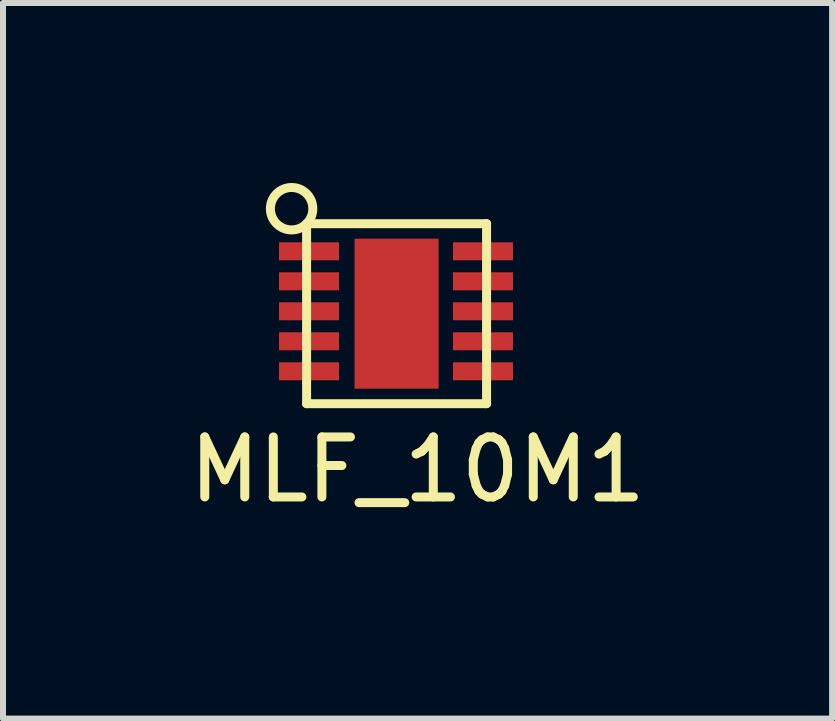
<source format=kicad_pcb>
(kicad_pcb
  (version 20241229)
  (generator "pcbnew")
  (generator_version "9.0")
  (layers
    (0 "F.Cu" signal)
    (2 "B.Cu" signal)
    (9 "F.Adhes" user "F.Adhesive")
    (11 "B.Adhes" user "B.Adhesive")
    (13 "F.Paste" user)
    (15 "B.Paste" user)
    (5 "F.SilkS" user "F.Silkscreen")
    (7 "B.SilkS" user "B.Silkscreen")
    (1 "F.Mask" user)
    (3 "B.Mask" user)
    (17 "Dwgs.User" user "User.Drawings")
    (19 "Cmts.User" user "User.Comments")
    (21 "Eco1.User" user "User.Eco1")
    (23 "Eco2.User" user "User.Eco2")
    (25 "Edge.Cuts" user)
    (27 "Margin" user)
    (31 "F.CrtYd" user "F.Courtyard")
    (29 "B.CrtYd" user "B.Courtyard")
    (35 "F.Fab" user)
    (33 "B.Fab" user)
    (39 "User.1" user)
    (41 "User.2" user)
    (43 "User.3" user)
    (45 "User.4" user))
  (footprint "MLF_10M1"
    (layer "F.Cu")
    (at 5.811 5.679)
    (property "Reference" "MLF_10M1" (at -1.9 -0.9 0) (layer "F.SilkS") (effects (font (size 1 1) (thickness 0.15))))
    (attr through_hole)
    (fp_line (start -3.75 -5) (end -3.75 -2) (stroke (width 0.15) (type solid)) (layer "F.SilkS"))
    (fp_line (start -3.75 -2) (end -0.75 -2) (stroke (width 0.15) (type solid)) (layer "F.SilkS"))
    (fp_line (start -0.75 -5) (end -3.75 -5) (stroke (width 0.15) (type solid)) (layer "F.SilkS"))
    (fp_line (start -0.75 -2) (end -0.75 -5) (stroke (width 0.15) (type solid)) (layer "F.SilkS"))
    (fp_circle (center -4 -5.25) (end -3.75 -5) (stroke (width 0.15) (type solid)) (fill no) (layer "F.SilkS"))
    (pad "1" smd rect (at -3.71 -4.54) (size 1 0.3) (layers "F.Cu" "F.Mask" "F.Paste"))
    (pad "2" smd rect (at -3.71 -4.04) (size 1 0.3) (layers "F.Cu" "F.Mask" "F.Paste"))
    (pad "3" smd rect (at -3.71 -3.54) (size 1 0.3) (layers "F.Cu" "F.Mask" "F.Paste"))
    (pad "4" smd rect (at -3.71 -3.04) (size 1 0.3) (layers "F.Cu" "F.Mask" "F.Paste"))
    (pad "4" smd rect (at -2.25 -3.5) (size 1.4 2.5) (layers "F.Cu" "F.Mask" "F.Paste"))
    (pad "5" smd rect (at -3.71 -2.54) (size 1 0.3) (layers "F.Cu" "F.Mask" "F.Paste"))
    (pad "6" smd rect (at -0.81 -2.54) (size 1 0.3) (layers "F.Cu" "F.Mask" "F.Paste"))
    (pad "7" smd rect (at -0.81 -3.04) (size 1 0.3) (layers "F.Cu" "F.Mask" "F.Paste"))
    (pad "8" smd rect (at -0.81 -3.54) (size 1 0.3) (layers "F.Cu" "F.Mask" "F.Paste"))
    (pad "9" smd rect (at -0.81 -4.04) (size 1 0.3) (layers "F.Cu" "F.Mask" "F.Paste"))
    (pad "10" smd rect (at -0.81 -4.54) (size 1 0.3) (layers "F.Cu" "F.Mask" "F.Paste")))
  (gr_rect
    (start -3 -3)
    (end 10.821 8.929)
    (stroke (width 0.1) (type default))
    (fill no)
    (layer "Edge.Cuts")))
</source>
